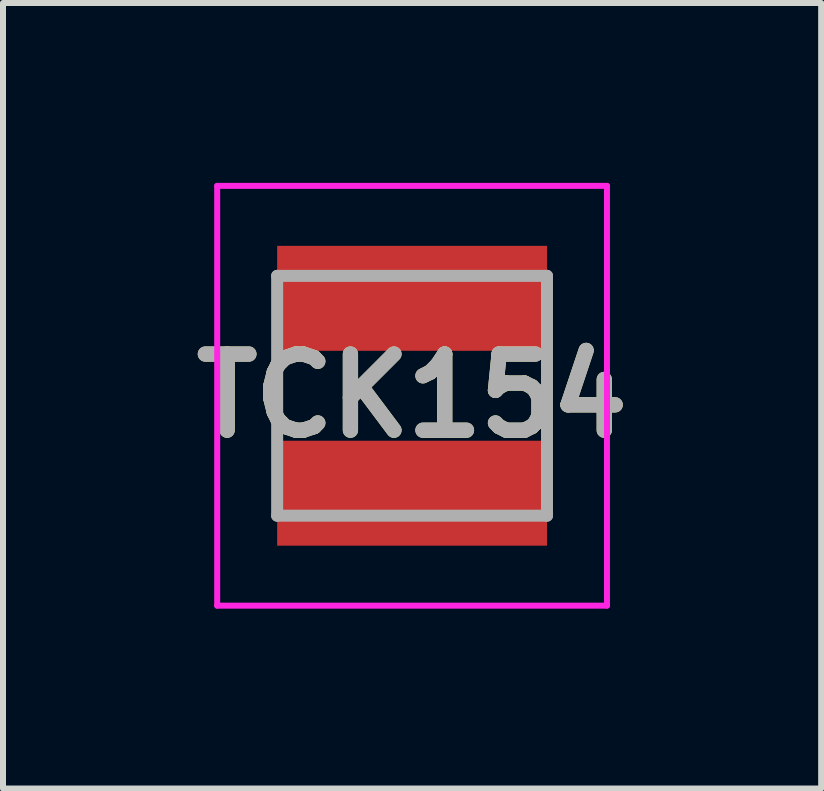
<source format=kicad_pcb>
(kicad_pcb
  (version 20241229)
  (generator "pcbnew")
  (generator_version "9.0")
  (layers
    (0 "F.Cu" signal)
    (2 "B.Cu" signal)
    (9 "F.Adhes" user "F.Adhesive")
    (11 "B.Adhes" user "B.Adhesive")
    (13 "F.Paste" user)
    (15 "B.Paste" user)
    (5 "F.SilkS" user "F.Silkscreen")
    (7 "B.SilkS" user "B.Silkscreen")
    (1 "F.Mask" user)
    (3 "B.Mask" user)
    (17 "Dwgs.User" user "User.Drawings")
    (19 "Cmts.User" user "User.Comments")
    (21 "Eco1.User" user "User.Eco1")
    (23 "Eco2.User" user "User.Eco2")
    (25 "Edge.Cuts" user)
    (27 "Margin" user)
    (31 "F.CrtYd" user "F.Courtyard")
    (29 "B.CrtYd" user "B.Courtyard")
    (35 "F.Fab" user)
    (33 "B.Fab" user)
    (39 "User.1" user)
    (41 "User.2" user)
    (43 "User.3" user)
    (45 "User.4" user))
  (footprint "TCK154"
    (layer "F.Cu")
    (at 3.822 3.55)
    (property "Reference" "TCK154" (at 0 0 0) (layer "F.SilkS") (effects (font (size 1.27 1.27) (thickness 0.254))))
    (attr smd)
    (fp_line (start -2.25 -0.5) (end -2.25 0.5) (stroke (width 0.1) (type solid)) (layer "F.SilkS"))
    (fp_line (start 2.25 -0.5) (end 2.25 0.5) (stroke (width 0.1) (type solid)) (layer "F.SilkS"))
    (fp_line (start -3.25 -3.5) (end 3.25 -3.5) (stroke (width 0.1) (type solid)) (layer "F.CrtYd"))
    (fp_line (start -3.25 3.5) (end -3.25 -3.5) (stroke (width 0.1) (type solid)) (layer "F.CrtYd"))
    (fp_line (start 3.25 -3.5) (end 3.25 3.5) (stroke (width 0.1) (type solid)) (layer "F.CrtYd"))
    (fp_line (start 3.25 3.5) (end -3.25 3.5) (stroke (width 0.1) (type solid)) (layer "F.CrtYd"))
    (fp_line (start -2.25 -2) (end 2.25 -2) (stroke (width 0.2) (type solid)) (layer "F.Fab"))
    (fp_line (start -2.25 2) (end -2.25 -2) (stroke (width 0.2) (type solid)) (layer "F.Fab"))
    (fp_line (start 2.25 -2) (end 2.25 2) (stroke (width 0.2) (type solid)) (layer "F.Fab"))
    (fp_line (start 2.25 2) (end -2.25 2) (stroke (width 0.2) (type solid)) (layer "F.Fab"))
    (fp_text user "${REFERENCE}" (at 0 0 0) (layer "F.Fab") (effects (font (size 1.27 1.27) (thickness 0.254))))
    (pad "1" smd rect (at 0 1.625 90) (size 1.75 4.5) (layers "F.Cu" "F.Mask" "F.Paste"))
    (pad "2" smd rect (at 0 -1.625 90) (size 1.75 4.5) (layers "F.Cu" "F.Mask" "F.Paste")))
  (gr_rect
    (start -3 -3)
    (end 10.644 10.1)
    (stroke (width 0.1) (type default))
    (fill no)
    (layer "Edge.Cuts")))
</source>
